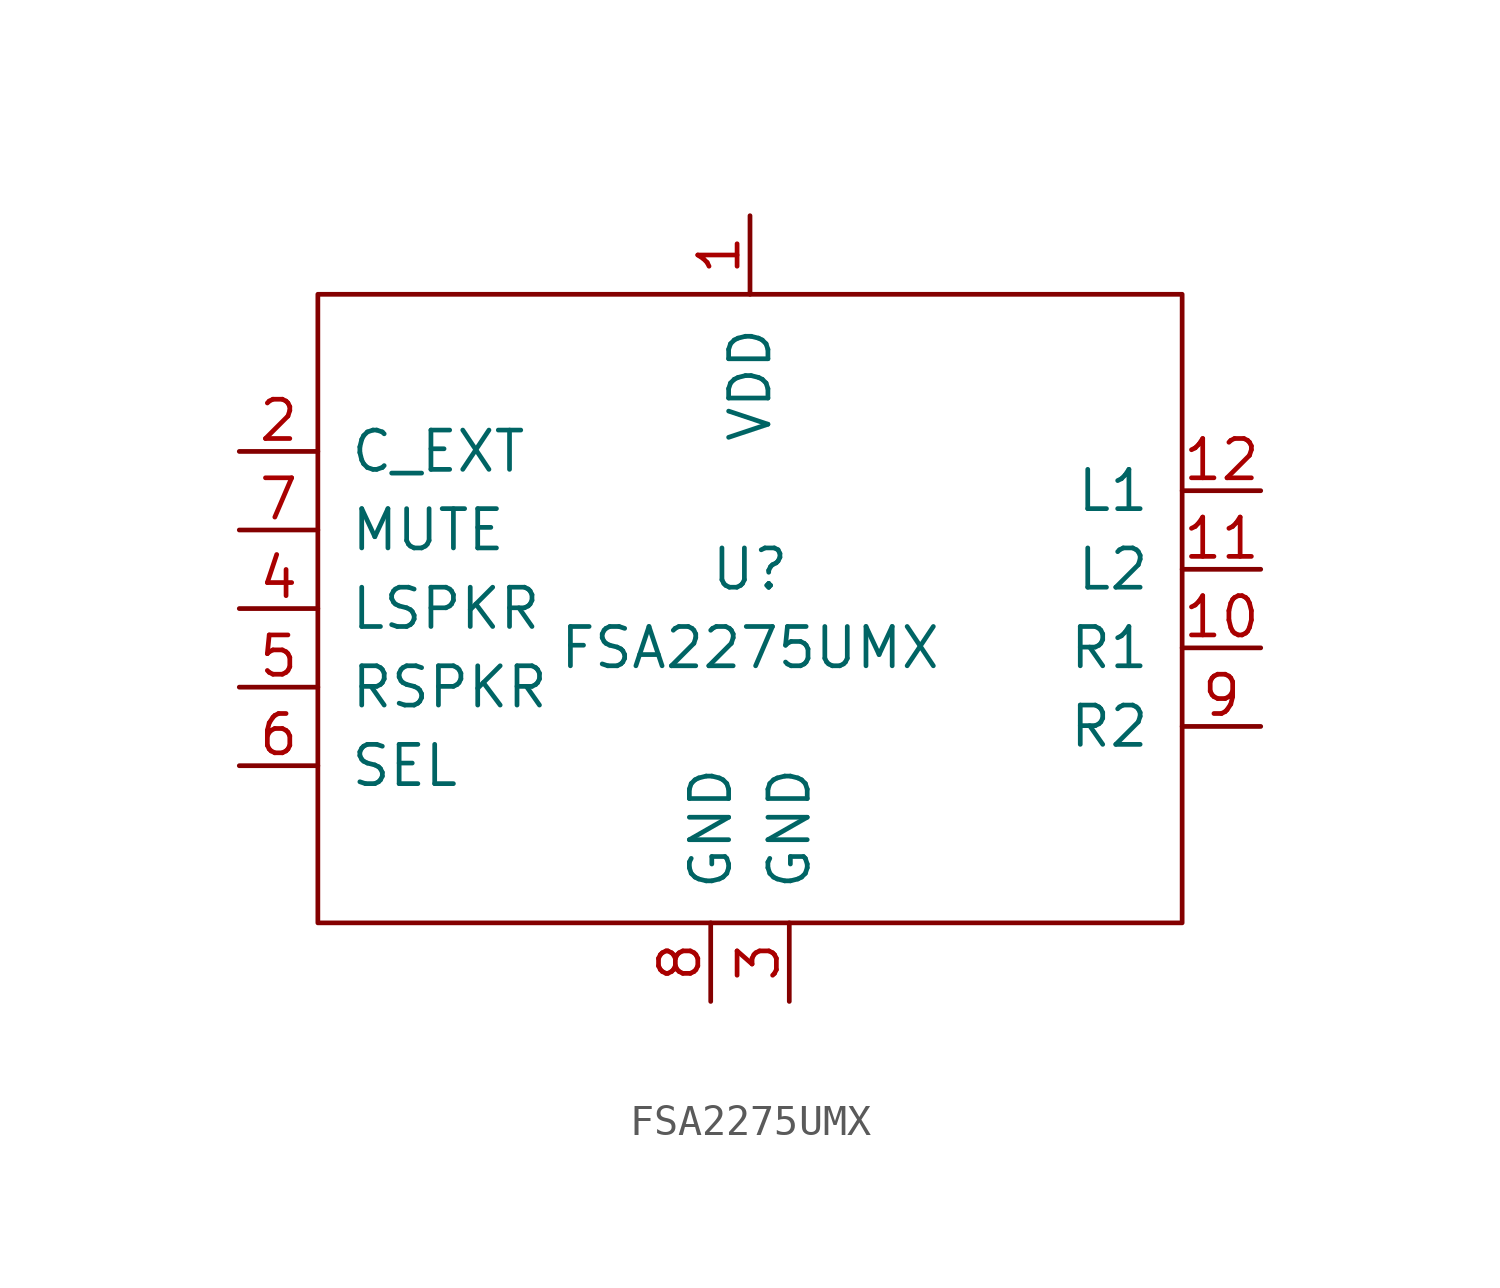
<source format=kicad_sym>
(kicad_symbol_lib
  (version 20201005)
  (generator kicad_symbol_editor)
  (symbol "FSA2275UMX"
    (pin_names
      (offset 1.016))
    (property "Reference" "U"
      (at 0 1.27 0)
      (effects (font (size 1.27 1.27))))
    (property "Value" "FSA2275UMX"
      (at 0 -1.27 0)
      (effects (font (size 1.27 1.27))))
    (symbol "FSA2275UMX_0_1"
      (rectangle (start -13.97 10.16) (end 13.97 -10.16) (stroke (width 0)) (fill (type none))))
    (symbol "FSA2275UMX_1_1"
      (pin power_in line (at 0 12.7 270) (length 2.54) (name "VDD" (effects (font (size 1.27 1.27)))) (number "1" (effects (font (size 1.27 1.27)))))
      (pin bidirectional line (at 16.51 -1.27 180) (length 2.54) (name "R1" (effects (font (size 1.27 1.27)))) (number "10" (effects (font (size 1.27 1.27)))))
      (pin bidirectional line (at 16.51 1.27 180) (length 2.54) (name "L2" (effects (font (size 1.27 1.27)))) (number "11" (effects (font (size 1.27 1.27)))))
      (pin bidirectional line (at 16.51 3.81 180) (length 2.54) (name "L1" (effects (font (size 1.27 1.27)))) (number "12" (effects (font (size 1.27 1.27)))))
      (pin passive line (at -16.51 5.08 0) (length 2.54) (name "C_EXT" (effects (font (size 1.27 1.27)))) (number "2" (effects (font (size 1.27 1.27)))))
      (pin power_in line (at 1.27 -12.7 90) (length 2.54) (name "GND" (effects (font (size 1.27 1.27)))) (number "3" (effects (font (size 1.27 1.27)))))
      (pin bidirectional line (at -16.51 0 0) (length 2.54) (name "LSPKR" (effects (font (size 1.27 1.27)))) (number "4" (effects (font (size 1.27 1.27)))))
      (pin bidirectional line (at -16.51 -2.54 0) (length 2.54) (name "RSPKR" (effects (font (size 1.27 1.27)))) (number "5" (effects (font (size 1.27 1.27)))))
      (pin input line (at -16.51 -5.08 0) (length 2.54) (name "SEL" (effects (font (size 1.27 1.27)))) (number "6" (effects (font (size 1.27 1.27)))))
      (pin input line (at -16.51 2.54 0) (length 2.54) (name "MUTE" (effects (font (size 1.27 1.27)))) (number "7" (effects (font (size 1.27 1.27)))))
      (pin power_in line (at -1.27 -12.7 90) (length 2.54) (name "GND" (effects (font (size 1.27 1.27)))) (number "8" (effects (font (size 1.27 1.27)))))
      (pin bidirectional line (at 16.51 -3.81 180) (length 2.54) (name "R2" (effects (font (size 1.27 1.27)))) (number "9" (effects (font (size 1.27 1.27))))))))
</source>
